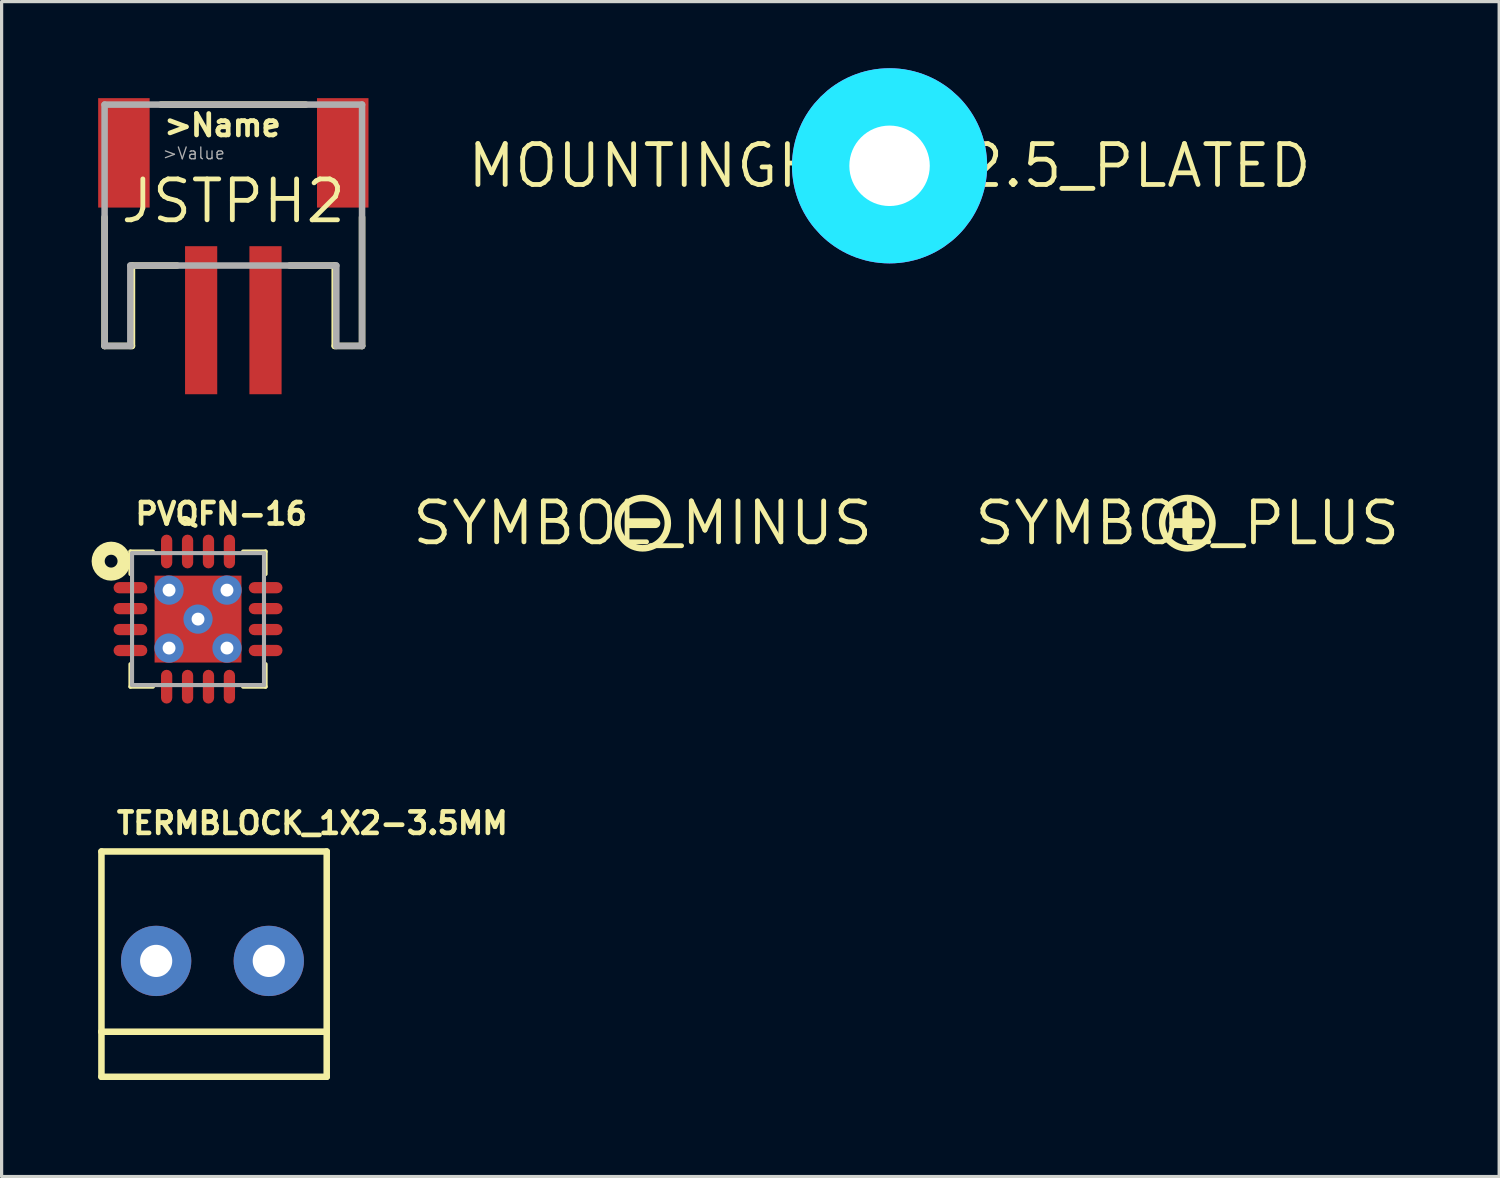
<source format=kicad_pcb>
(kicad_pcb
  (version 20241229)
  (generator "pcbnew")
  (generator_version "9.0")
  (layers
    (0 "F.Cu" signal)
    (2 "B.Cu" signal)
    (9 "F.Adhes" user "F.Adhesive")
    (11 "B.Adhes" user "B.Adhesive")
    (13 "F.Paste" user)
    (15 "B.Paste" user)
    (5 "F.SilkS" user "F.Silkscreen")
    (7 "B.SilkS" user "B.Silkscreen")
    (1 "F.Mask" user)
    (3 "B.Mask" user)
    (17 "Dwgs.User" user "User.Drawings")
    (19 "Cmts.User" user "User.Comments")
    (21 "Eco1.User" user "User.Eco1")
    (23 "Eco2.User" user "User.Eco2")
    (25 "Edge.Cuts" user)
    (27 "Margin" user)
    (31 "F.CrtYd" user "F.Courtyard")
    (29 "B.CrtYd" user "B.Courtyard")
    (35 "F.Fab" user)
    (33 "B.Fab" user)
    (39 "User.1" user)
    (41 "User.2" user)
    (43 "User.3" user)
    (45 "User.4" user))
  (footprint "MOUNTINGHOLE_2.5_PLATED"
    (layer "F.Cu")
    (at 24.591 2.102)
    (property "Reference" "MOUNTINGHOLE_2.5_PLATED" (at 0 0 0) (layer "F.SilkS") (effects (font (size 1.27 1.27) (thickness 0.15))))
    (fp_circle (center 0 0) (end 2 0) (stroke (width 0.203) (type solid)) (fill no) (layer "F.SilkS"))
    (fp_circle (center 0 0) (end 1 0) (stroke (width 2.032) (type solid)) (fill no) (layer "B.CrtYd"))
    (fp_circle (center 0 0) (end 1 0) (stroke (width 2.032) (type solid)) (fill no) (layer "F.CrtYd"))
    (pad "P$1" thru_hole circle (at 0 0) (size 3.2 3.2) (drill 2.5) (layers "*.Cu" "*.Mask"))
    (zone (net_name "") (layer "F.Cu") (hatch edge 0.508) (connect_pads) (min_thickness 0.254) (filled_areas_thickness no) (keepout (tracks not_allowed) (vias not_allowed) (pads not_allowed) (copperpour not_allowed) (footprints allowed)) (placement (enabled no)) (fill) (polygon (pts (xy 26.607 2.102) (xy 26.576 1.752) (xy 26.486 1.412) (xy 26.337 1.094) (xy 26.135 0.806) (xy 25.887 0.557) (xy 25.599 0.356) (xy 25.281 0.207) (xy 24.941 0.116) (xy 24.591 0.086) (xy 24.241 0.116) (xy 23.902 0.207) (xy 23.583 0.356) (xy 23.295 0.557) (xy 23.047 0.806) (xy 22.845 1.094) (xy 22.697 1.412) (xy 22.606 1.752) (xy 22.575 2.102) (xy 22.606 2.452) (xy 22.697 2.791) (xy 22.845 3.11) (xy 23.047 3.397) (xy 23.295 3.646) (xy 23.583 3.848) (xy 23.902 3.996) (xy 24.241 4.087) (xy 24.591 4.118) (xy 24.941 4.087) (xy 25.281 3.996) (xy 25.599 3.848) (xy 25.887 3.646) (xy 26.135 3.397) (xy 26.337 3.11) (xy 26.486 2.791) (xy 26.576 2.452))) (polygon (pts (xy 24.575 2.102) (xy 24.575 2.104) (xy 24.576 2.107) (xy 24.577 2.11) (xy 24.579 2.112) (xy 24.581 2.114) (xy 24.583 2.115) (xy 24.586 2.117) (xy 24.588 2.117) (xy 24.591 2.118) (xy 24.594 2.117) (xy 24.597 2.117) (xy 24.599 2.115) (xy 24.601 2.114) (xy 24.603 2.112) (xy 24.605 2.11) (xy 24.606 2.107) (xy 24.607 2.104) (xy 24.607 2.102) (xy 24.607 2.099) (xy 24.606 2.096) (xy 24.605 2.094) (xy 24.603 2.091) (xy 24.601 2.089) (xy 24.599 2.088) (xy 24.597 2.087) (xy 24.594 2.086) (xy 24.591 2.086) (xy 24.588 2.086) (xy 24.586 2.087) (xy 24.583 2.088) (xy 24.581 2.089) (xy 24.579 2.091) (xy 24.577 2.094) (xy 24.576 2.096) (xy 24.575 2.099))))
    (zone (net_name "") (layer "B.Cu") (hatch edge 0.508) (connect_pads) (min_thickness 0.254) (filled_areas_thickness no) (keepout (tracks not_allowed) (vias not_allowed) (pads not_allowed) (copperpour not_allowed) (footprints allowed)) (placement (enabled no)) (fill) (polygon (pts (xy 26.607 2.102) (xy 26.576 1.752) (xy 26.486 1.412) (xy 26.337 1.094) (xy 26.135 0.806) (xy 25.887 0.557) (xy 25.599 0.356) (xy 25.281 0.207) (xy 24.941 0.116) (xy 24.591 0.086) (xy 24.241 0.116) (xy 23.902 0.207) (xy 23.583 0.356) (xy 23.295 0.557) (xy 23.047 0.806) (xy 22.845 1.094) (xy 22.697 1.412) (xy 22.606 1.752) (xy 22.575 2.102) (xy 22.606 2.452) (xy 22.697 2.791) (xy 22.845 3.11) (xy 23.047 3.397) (xy 23.295 3.646) (xy 23.583 3.848) (xy 23.902 3.996) (xy 24.241 4.087) (xy 24.591 4.118) (xy 24.941 4.087) (xy 25.281 3.996) (xy 25.599 3.848) (xy 25.887 3.646) (xy 26.135 3.397) (xy 26.337 3.11) (xy 26.486 2.791) (xy 26.576 2.452))) (polygon (pts (xy 24.575 2.102) (xy 24.575 2.104) (xy 24.576 2.107) (xy 24.577 2.11) (xy 24.579 2.112) (xy 24.581 2.114) (xy 24.583 2.115) (xy 24.586 2.117) (xy 24.588 2.117) (xy 24.591 2.118) (xy 24.594 2.117) (xy 24.597 2.117) (xy 24.599 2.115) (xy 24.601 2.114) (xy 24.603 2.112) (xy 24.605 2.11) (xy 24.606 2.107) (xy 24.607 2.104) (xy 24.607 2.102) (xy 24.607 2.099) (xy 24.606 2.096) (xy 24.605 2.094) (xy 24.603 2.091) (xy 24.601 2.089) (xy 24.599 2.088) (xy 24.597 2.087) (xy 24.594 2.086) (xy 24.591 2.086) (xy 24.588 2.086) (xy 24.586 2.087) (xy 24.583 2.088) (xy 24.581 2.089) (xy 24.579 2.091) (xy 24.577 2.094) (xy 24.576 2.096) (xy 24.575 2.099)))))
  (footprint "SYMBOL_MINUS"
    (layer "F.Cu")
    (at 16.919 13.206)
    (property "Reference" "SYMBOL_MINUS" (at 0 0 0) (layer "F.SilkS") (effects (font (size 1.27 1.27) (thickness 0.15))))
    (fp_line (start 0.397 0) (end -0.397 0) (stroke (width 0.305) (type solid)) (layer "F.SilkS"))
    (fp_circle (center 0 0) (end 0.782 0) (stroke (width 0.203) (type solid)) (fill no) (layer "F.SilkS")))
  (footprint "SYMBOL_PLUS"
    (layer "F.Cu")
    (at 33.843 13.206)
    (property "Reference" "SYMBOL_PLUS" (at 0 0 0) (layer "F.SilkS") (effects (font (size 1.27 1.27) (thickness 0.15))))
    (fp_line (start 0 -0.397) (end 0 0.397) (stroke (width 0.305) (type solid)) (layer "F.SilkS"))
    (fp_line (start 0.397 0) (end -0.397 0) (stroke (width 0.305) (type solid)) (layer "F.SilkS"))
    (fp_circle (center 0 0) (end 0.782 0) (stroke (width 0.203) (type solid)) (fill no) (layer "F.SilkS")))
  (footprint "JSTPH2"
    (layer "F.Cu")
    (at 4.2 3.2)
    (property "Reference" "JSTPH2" (at 0 0 0) (layer "F.SilkS") (effects (font (size 1.27 1.27) (thickness 0.15))))
    (fp_line (start -4 4.5) (end -4 0.5) (stroke (width 0.203) (type solid)) (layer "F.SilkS"))
    (fp_line (start -3.15 2) (end -3.15 4.5) (stroke (width 0.203) (type solid)) (layer "F.SilkS"))
    (fp_line (start -3.15 4.5) (end -4 4.5) (stroke (width 0.203) (type solid)) (layer "F.SilkS"))
    (fp_line (start -2.25 -3) (end 2.25 -3) (stroke (width 0.203) (type solid)) (layer "F.SilkS"))
    (fp_line (start -1.75 2) (end -3.15 2) (stroke (width 0.203) (type solid)) (layer "F.SilkS"))
    (fp_line (start 3.15 2) (end 1.75 2) (stroke (width 0.203) (type solid)) (layer "F.SilkS"))
    (fp_line (start 3.15 4.5) (end 3.15 2) (stroke (width 0.203) (type solid)) (layer "F.SilkS"))
    (fp_line (start 4 0.5) (end 4 4.5) (stroke (width 0.203) (type solid)) (layer "F.SilkS"))
    (fp_line (start 4 4.5) (end 3.15 4.5) (stroke (width 0.203) (type solid)) (layer "F.SilkS"))
    (fp_line (start -4 -3) (end 4 -3) (stroke (width 0.203) (type solid)) (layer "F.Fab"))
    (fp_line (start -4 4.5) (end -4 -3) (stroke (width 0.203) (type solid)) (layer "F.Fab"))
    (fp_line (start -3.2 2) (end -3.2 4.5) (stroke (width 0.203) (type solid)) (layer "F.Fab"))
    (fp_line (start -3.2 4.5) (end -4 4.5) (stroke (width 0.203) (type solid)) (layer "F.Fab"))
    (fp_line (start 3.2 2) (end -3.2 2) (stroke (width 0.203) (type solid)) (layer "F.Fab"))
    (fp_line (start 3.2 4.5) (end 3.2 2) (stroke (width 0.203) (type solid)) (layer "F.Fab"))
    (fp_line (start 4 -3) (end 4 4.5) (stroke (width 0.203) (type solid)) (layer "F.Fab"))
    (fp_line (start 4 4.5) (end 3.2 4.5) (stroke (width 0.203) (type solid)) (layer "F.Fab"))
    (fp_text user ">Name" (at -2.223 -1.968 0) (layer "F.SilkS") (effects (font (size 0.666 0.666) (thickness 0.146)) (justify left bottom)))
    (fp_text user ">Value" (at -2.223 -1.27 0) (layer "F.Fab") (effects (font (size 0.366 0.366) (thickness 0.041)) (justify left bottom)))
    (pad "1" smd rect (at -1 3.7) (size 1 4.6) (layers "F.Cu" "F.Mask" "F.Paste"))
    (pad "2" smd rect (at 1 3.7) (size 1 4.6) (layers "F.Cu" "F.Mask" "F.Paste"))
    (pad "NC1" smd rect (at -3.4 -1.5 90) (size 3.4 1.6) (layers "F.Cu" "F.Mask" "F.Paste"))
    (pad "NC2" smd rect (at 3.4 -1.5 90) (size 3.4 1.6) (layers "F.Cu" "F.Mask" "F.Paste")))
  (footprint "TERMBLOCK_1X2-3.5MM"
    (layer "F.Cu")
    (at 3.502 26.808)
    (property "Reference" "TERMBLOCK_1X2-3.5MM" (at -3 -3.89 0) (layer "F.SilkS") (effects (font (size 0.666 0.666) (thickness 0.146)) (justify left bottom)))
    (fp_line (start -3.4 -3.4) (end -3.4 2.2) (stroke (width 0.203) (type solid)) (layer "F.SilkS"))
    (fp_line (start -3.4 2.2) (end -3.4 3.6) (stroke (width 0.203) (type solid)) (layer "F.SilkS"))
    (fp_line (start -3.4 2.2) (end 3.6 2.2) (stroke (width 0.203) (type solid)) (layer "F.SilkS"))
    (fp_line (start -3.4 3.6) (end 3.6 3.6) (stroke (width 0.203) (type solid)) (layer "F.SilkS"))
    (fp_line (start 3.6 -3.4) (end -3.4 -3.4) (stroke (width 0.203) (type solid)) (layer "F.SilkS"))
    (fp_line (start 3.6 2.2) (end 3.6 -3.4) (stroke (width 0.203) (type solid)) (layer "F.SilkS"))
    (fp_line (start 3.6 3.6) (end 3.6 2.2) (stroke (width 0.203) (type solid)) (layer "F.SilkS"))
    (pad "1" thru_hole circle (at 1.8 0) (size 2.184 2.184) (drill 1) (layers "*.Cu" "*.Mask"))
    (pad "2" thru_hole circle (at -1.7 0) (size 2.184 2.184) (drill 1) (layers "*.Cu" "*.Mask")))
  (footprint "PVQFN-16"
    (layer "F.Cu")
    (at 3.103 16.187)
    (property "Reference" "PVQFN-16" (at -2.024 -2.882 0) (layer "F.SilkS") (effects (font (size 0.666 0.666) (thickness 0.146)) (justify left bottom)))
    (fp_line (start -2.1 -2.1) (end -2.1 -1.4) (stroke (width 0.127) (type solid)) (layer "F.SilkS"))
    (fp_line (start -2.1 1.4) (end -2.1 2.1) (stroke (width 0.127) (type solid)) (layer "F.SilkS"))
    (fp_line (start -2.1 2.1) (end -1.4 2.1) (stroke (width 0.127) (type solid)) (layer "F.SilkS"))
    (fp_line (start -1.4 -2.1) (end -2.1 -2.1) (stroke (width 0.127) (type solid)) (layer "F.SilkS"))
    (fp_line (start 1.4 -2.1) (end 2.1 -2.1) (stroke (width 0.127) (type solid)) (layer "F.SilkS"))
    (fp_line (start 2.1 -2.1) (end 2.1 -1.4) (stroke (width 0.127) (type solid)) (layer "F.SilkS"))
    (fp_line (start 2.1 1.4) (end 2.1 2.1) (stroke (width 0.127) (type solid)) (layer "F.SilkS"))
    (fp_line (start 2.1 2.1) (end 1.4 2.1) (stroke (width 0.127) (type solid)) (layer "F.SilkS"))
    (fp_circle (center -2.7 -1.8) (end -2.5 -1.8) (stroke (width 0.406) (type solid)) (fill no) (layer "F.SilkS"))
    (fp_poly (pts (xy -0.6 0.3) (xy -0.6 -0.3) (xy -1.3 -0.3) (xy -1.3 0.3)) (stroke (width 0.1) (type solid)) (fill no) (layer "F.Paste"))
    (fp_poly (pts (xy -0.3 -0.6) (xy 0.3 -0.6) (xy 0.3 -1.3) (xy -0.3 -1.3)) (stroke (width 0.1) (type solid)) (fill no) (layer "F.Paste"))
    (fp_poly (pts (xy -0.3 1.3) (xy 0.3 1.3) (xy 0.3 0.6) (xy -0.3 0.6)) (stroke (width 0.1) (type solid)) (fill no) (layer "F.Paste"))
    (fp_poly (pts (xy 1.3 0.3) (xy 1.3 -0.3) (xy 0.6 -0.3) (xy 0.6 0.3)) (stroke (width 0.1) (type solid)) (fill no) (layer "F.Paste"))
    (fp_line (start -2.05 -2.05) (end 2.05 -2.05) (stroke (width 0.127) (type solid)) (layer "F.Fab"))
    (fp_line (start -2.05 2.05) (end -2.05 -2.05) (stroke (width 0.127) (type solid)) (layer "F.Fab"))
    (fp_line (start 2.05 -2.05) (end 2.05 2.05) (stroke (width 0.127) (type solid)) (layer "F.Fab"))
    (fp_line (start 2.05 2.05) (end -2.05 2.05) (stroke (width 0.127) (type solid)) (layer "F.Fab"))
    (pad "1" smd roundrect (at -2.1 -0.975) (size 1.05 0.35) (layers "F.Cu" "F.Mask" "F.Paste") (roundrect_rratio 0.5))
    (pad "2" smd roundrect (at -2.1 -0.325) (size 1.05 0.35) (layers "F.Cu" "F.Mask" "F.Paste") (roundrect_rratio 0.5))
    (pad "3" smd roundrect (at -2.1 0.325) (size 1.05 0.35) (layers "F.Cu" "F.Mask" "F.Paste") (roundrect_rratio 0.5))
    (pad "4" smd roundrect (at -2.1 0.975) (size 1.05 0.35) (layers "F.Cu" "F.Mask" "F.Paste") (roundrect_rratio 0.5))
    (pad "5" smd roundrect (at -0.975 2.1 90) (size 1.05 0.35) (layers "F.Cu" "F.Mask" "F.Paste") (roundrect_rratio 0.5))
    (pad "6" smd roundrect (at -0.325 2.1 90) (size 1.05 0.35) (layers "F.Cu" "F.Mask" "F.Paste") (roundrect_rratio 0.5))
    (pad "7" smd roundrect (at 0.325 2.1 90) (size 1.05 0.35) (layers "F.Cu" "F.Mask" "F.Paste") (roundrect_rratio 0.5))
    (pad "8" smd roundrect (at 0.975 2.1 90) (size 1.05 0.35) (layers "F.Cu" "F.Mask" "F.Paste") (roundrect_rratio 0.5))
    (pad "9" smd roundrect (at 2.1 0.975 180) (size 1.05 0.35) (layers "F.Cu" "F.Mask" "F.Paste") (roundrect_rratio 0.5))
    (pad "10" smd roundrect (at 2.1 0.325 180) (size 1.05 0.35) (layers "F.Cu" "F.Mask" "F.Paste") (roundrect_rratio 0.5))
    (pad "11" smd roundrect (at 2.1 -0.325 180) (size 1.05 0.35) (layers "F.Cu" "F.Mask" "F.Paste") (roundrect_rratio 0.5))
    (pad "12" smd roundrect (at 2.1 -0.975 180) (size 1.05 0.35) (layers "F.Cu" "F.Mask" "F.Paste") (roundrect_rratio 0.5))
    (pad "13" smd roundrect (at 0.975 -2.1 270) (size 1.05 0.35) (layers "F.Cu" "F.Mask" "F.Paste") (roundrect_rratio 0.5))
    (pad "14" smd roundrect (at 0.325 -2.1 270) (size 1.05 0.35) (layers "F.Cu" "F.Mask" "F.Paste") (roundrect_rratio 0.5))
    (pad "15" smd roundrect (at -0.325 -2.1 270) (size 1.05 0.35) (layers "F.Cu" "F.Mask" "F.Paste") (roundrect_rratio 0.5))
    (pad "16" smd roundrect (at -0.975 -2.1 270) (size 1.05 0.35) (layers "F.Cu" "F.Mask" "F.Paste") (roundrect_rratio 0.5))
    (pad "P$18" thru_hole circle (at 0 0) (size 0.908 0.908) (drill 0.4) (layers "*.Cu" "*.Mask"))
    (pad "P$19" thru_hole circle (at -0.9 -0.9) (size 0.908 0.908) (drill 0.4) (layers "*.Cu" "*.Mask"))
    (pad "P$20" thru_hole circle (at 0.9 -0.9) (size 0.908 0.908) (drill 0.4) (layers "*.Cu" "*.Mask"))
    (pad "P$21" thru_hole circle (at 0.9 0.9) (size 0.908 0.908) (drill 0.4) (layers "*.Cu" "*.Mask"))
    (pad "P$22" thru_hole circle (at -0.9 0.9) (size 0.908 0.908) (drill 0.4) (layers "*.Cu" "*.Mask"))
    (pad "THERMAL" smd rect (at 0 0) (size 2.7 2.7) (layers "F.Cu" "F.Mask")))
  (gr_rect
    (start -3 -3)
    (end 43.533 33.509)
    (stroke (width 0.1) (type default))
    (fill no)
    (layer "Edge.Cuts")))
</source>
